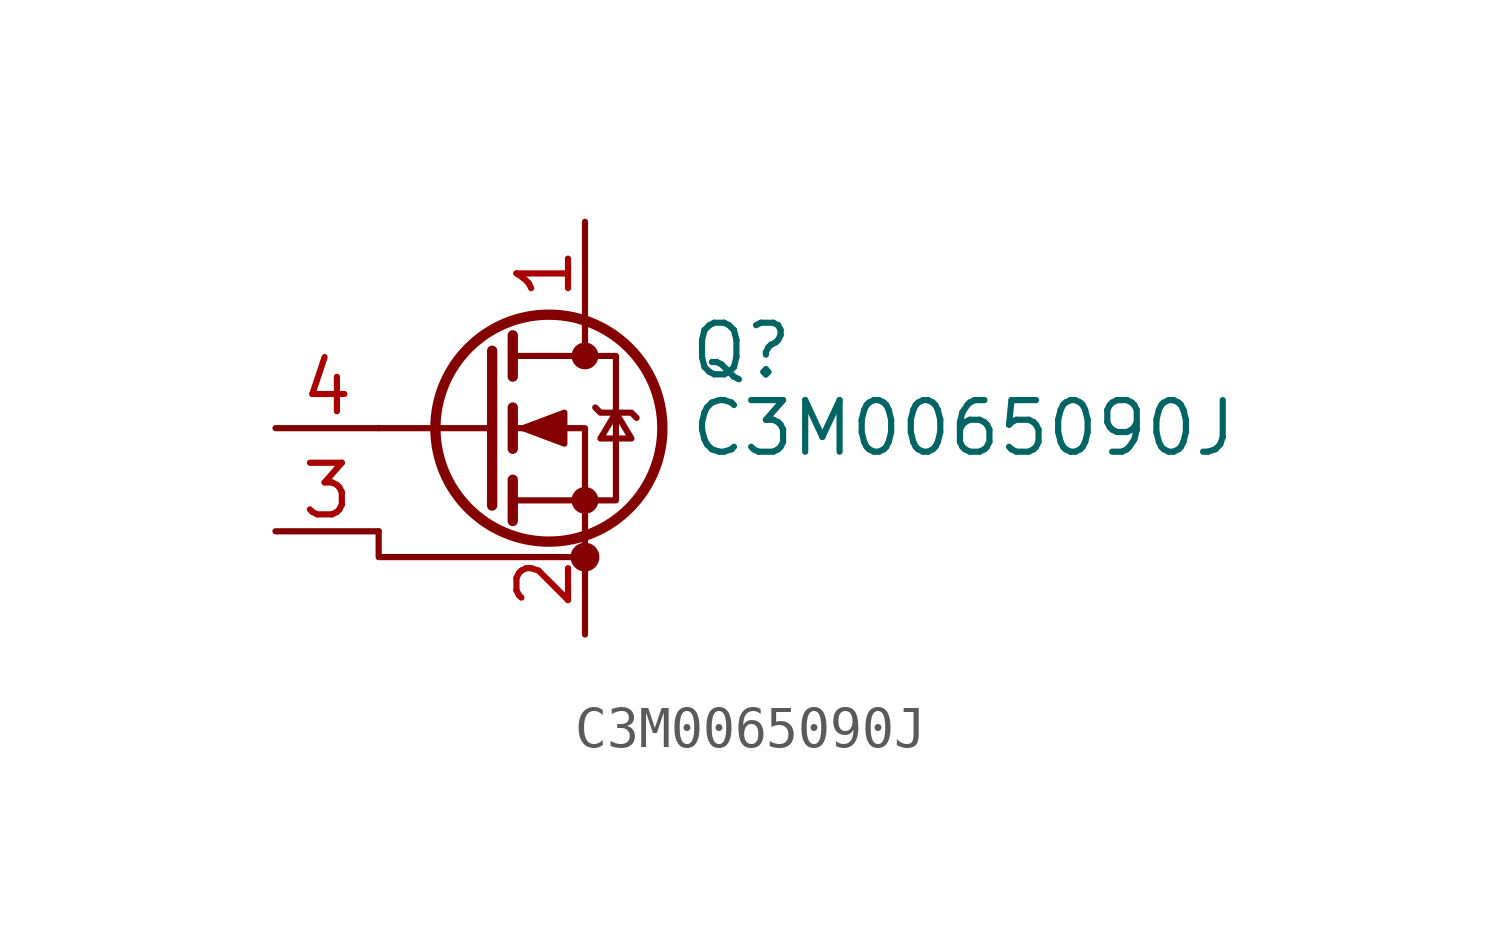
<source format=kicad_sym>
(kicad_symbol_lib
  (version 20211014)
  (generator kicad_symbol_editor)
  (symbol "C3M0065090J"
    (pin_names hide)
    (property "Reference" "Q"
      (at 5.08 1.905 0)
      (effects (font (size 1.27 1.27)) (justify left)))
    (property "Value" "C3M0065090J"
      (at 5.08 0 0)
      (effects (font (size 1.27 1.27)) (justify left)))
    (symbol "C3M0065090J_0_1"
      (polyline (pts (xy 0.254 0) (xy -2.54 0)) (stroke (width 0) (type default) (color 0 0 0 0)) (fill (type none)))
      (polyline (pts (xy 0.254 1.905) (xy 0.254 -1.905)) (stroke (width 0.254) (type default) (color 0 0 0 0)) (fill (type none)))
      (polyline (pts (xy 0.762 -1.27) (xy 0.762 -2.286)) (stroke (width 0.254) (type default) (color 0 0 0 0)) (fill (type none)))
      (polyline (pts (xy 0.762 0.508) (xy 0.762 -0.508)) (stroke (width 0.254) (type default) (color 0 0 0 0)) (fill (type none)))
      (polyline (pts (xy 0.762 2.286) (xy 0.762 1.27)) (stroke (width 0.254) (type default) (color 0 0 0 0)) (fill (type none)))
      (polyline (pts (xy 2.54 2.54) (xy 2.54 1.778)) (stroke (width 0) (type default) (color 0 0 0 0)) (fill (type none)))
      (polyline (pts (xy -2.54 -2.54) (xy -2.54 -3.175) (xy 2.54 -3.175)) (stroke (width 0) (type default) (color 0 0 0 0)) (fill (type none)))
      (polyline (pts (xy 2.54 -2.54) (xy 2.54 0) (xy 0.762 0)) (stroke (width 0) (type default) (color 0 0 0 0)) (fill (type none)))
      (polyline (pts (xy 0.762 -1.778) (xy 3.302 -1.778) (xy 3.302 1.778) (xy 0.762 1.778)) (stroke (width 0) (type default) (color 0 0 0 0)) (fill (type none)))
      (polyline (pts (xy 1.016 0) (xy 2.032 0.381) (xy 2.032 -0.381) (xy 1.016 0)) (stroke (width 0) (type default) (color 0 0 0 0)) (fill (type outline)))
      (polyline (pts (xy 2.794 0.508) (xy 2.921 0.381) (xy 3.683 0.381) (xy 3.81 0.254)) (stroke (width 0) (type default) (color 0 0 0 0)) (fill (type none)))
      (polyline (pts (xy 3.302 0.381) (xy 2.921 -0.254) (xy 3.683 -0.254) (xy 3.302 0.381)) (stroke (width 0) (type default) (color 0 0 0 0)) (fill (type none)))
      (circle (center 1.651 0) (radius 2.794) (stroke (width 0.254) (type default) (color 0 0 0 0)) (fill (type none)))
      (circle (center 2.54 -3.175) (radius 0.279) (stroke (width 0) (type default) (color 0 0 0 0)) (fill (type outline)))
      (circle (center 2.54 -1.778) (radius 0.254) (stroke (width 0) (type default) (color 0 0 0 0)) (fill (type outline)))
      (circle (center 2.54 1.778) (radius 0.254) (stroke (width 0) (type default) (color 0 0 0 0)) (fill (type outline))))
    (symbol "C3M0065090J_1_1"
      (pin passive line (at 2.54 5.08 270) (length 2.54) (name "D" (effects (font (size 1.27 1.27)))) (number "1" (effects (font (size 1.27 1.27)))))
      (pin passive line (at 2.54 -5.08 90) (length 2.54) (name "S" (effects (font (size 1.27 1.27)))) (number "2" (effects (font (size 1.27 1.27)))))
      (pin passive line (at -5.08 -2.54 0) (length 2.54) (name "KS" (effects (font (size 1.27 1.27)))) (number "3" (effects (font (size 1.27 1.27)))))
      (pin input line (at -5.08 0 0) (length 2.54) (name "G" (effects (font (size 1.27 1.27)))) (number "4" (effects (font (size 1.27 1.27)))))
      (pin passive line (at 2.54 -5.08 90) (length 2.54) hide (name "S" (effects (font (size 1.27 1.27)))) (number "4" (effects (font (size 1.27 1.27)))))
      (pin passive line (at 2.54 -5.08 90) (length 2.54) hide (name "S" (effects (font (size 1.27 1.27)))) (number "5" (effects (font (size 1.27 1.27)))))
      (pin passive line (at 2.54 -5.08 90) (length 2.54) hide (name "S" (effects (font (size 1.27 1.27)))) (number "6" (effects (font (size 1.27 1.27)))))
      (pin passive line (at 2.54 -5.08 90) (length 2.54) hide (name "S" (effects (font (size 1.27 1.27)))) (number "7" (effects (font (size 1.27 1.27))))))))
</source>
